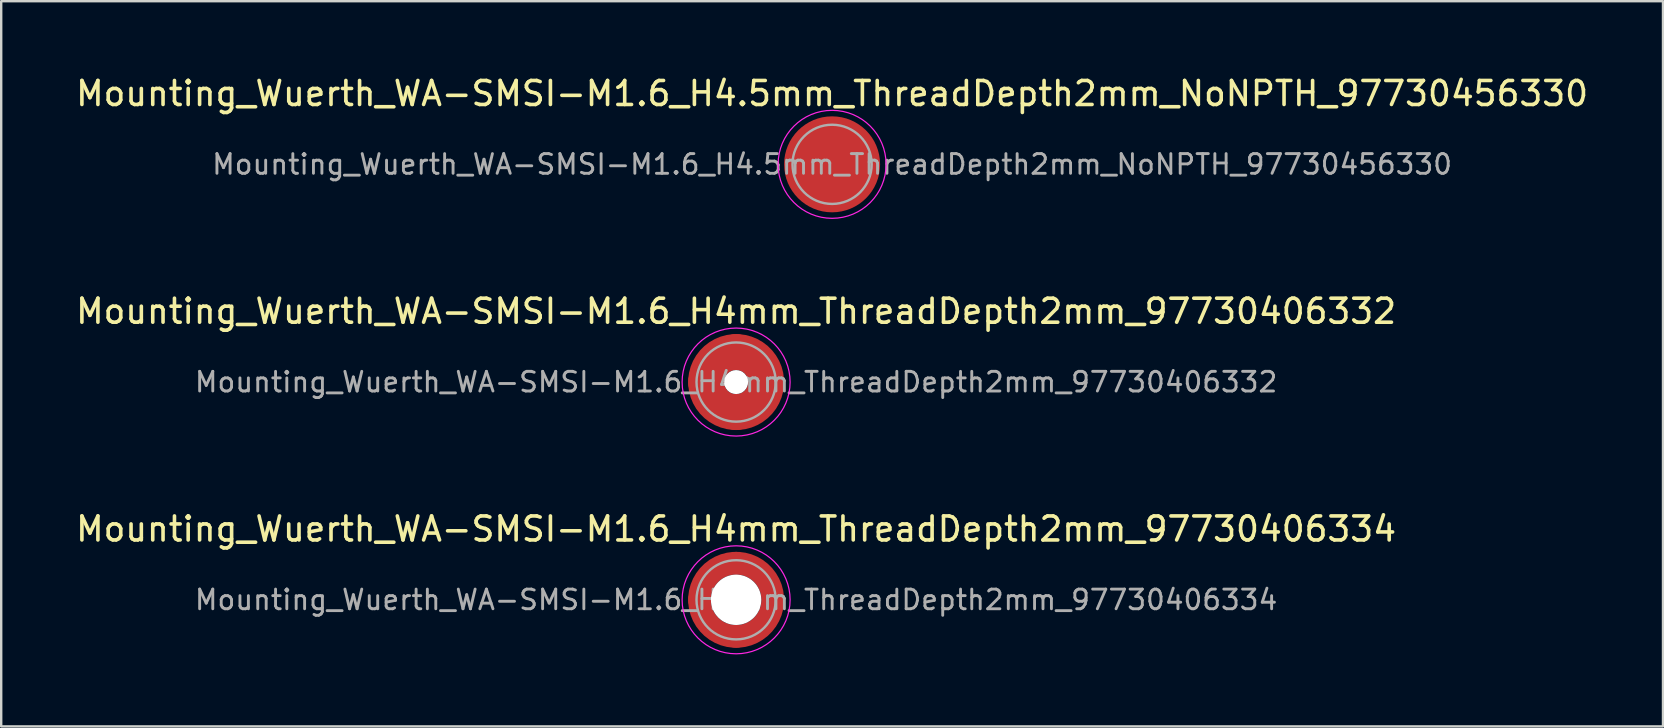
<source format=kicad_pcb>
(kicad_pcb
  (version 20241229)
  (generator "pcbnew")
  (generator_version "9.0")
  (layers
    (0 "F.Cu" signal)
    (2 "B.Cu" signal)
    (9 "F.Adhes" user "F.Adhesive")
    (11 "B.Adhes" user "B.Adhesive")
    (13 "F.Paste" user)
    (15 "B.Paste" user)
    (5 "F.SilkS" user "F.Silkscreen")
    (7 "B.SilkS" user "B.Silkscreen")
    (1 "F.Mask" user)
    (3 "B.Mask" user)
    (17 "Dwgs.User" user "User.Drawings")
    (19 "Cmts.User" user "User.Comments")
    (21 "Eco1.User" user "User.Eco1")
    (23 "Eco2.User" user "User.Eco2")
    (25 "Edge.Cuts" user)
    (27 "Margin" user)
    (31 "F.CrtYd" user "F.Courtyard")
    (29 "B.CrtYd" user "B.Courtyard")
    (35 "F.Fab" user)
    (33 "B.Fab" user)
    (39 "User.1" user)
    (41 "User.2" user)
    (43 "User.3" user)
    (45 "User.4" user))
  (footprint "Mounting_Wuerth_WA-SMSI-M1.6_H4mm_ThreadDepth2mm_97730406334"
    (layer "F.Cu")
    (at 27.625 21.945)
    (property "Reference" "Mounting_Wuerth_WA-SMSI-M1.6_H4mm_ThreadDepth2mm_97730406334" (at 0 -2.95 0) (layer "F.SilkS") (effects (font (size 1 1) (thickness 0.15))))
    (attr smd)
    (fp_circle (center 0 0) (end 2.25 0) (stroke (width 0.05) (type solid)) (fill no) (layer "F.CrtYd"))
    (fp_circle (center 0 0) (end 1.65 0) (stroke (width 0.1) (type solid)) (fill no) (layer "F.Fab"))
    (fp_text user "${REFERENCE}" (at 0 0 0) (layer "F.Fab") (effects (font (size 0.82 0.82) (thickness 0.12))))
    (pad "" smd custom (at -1.061 -1.061) (size 0.4 0.4) (layers "F.Paste") (options (anchor circle)) (primitives (gr_arc (start -0.101235 0.76066) (mid 0.212132 0.212132) (end 0.76066 -0.101235) (width 0.2)) (gr_arc (start -0.204251 0.76066) (mid 0.141421 0.141421) (end 0.76066 -0.204251) (width 0.2)) (gr_arc (start -0.306819 0.76066) (mid 0.070711 0.070711) (end 0.76066 -0.306819) (width 0.2)) (gr_arc (start -0.409034 0.76066) (mid 0 0) (end 0.76066 -0.409034) (width 0.2)) (gr_arc (start -0.510963 0.76066) (mid -0.070711 -0.070711) (end 0.76066 -0.510963) (width 0.2)) (gr_arc (start -0.61266 0.76066) (mid -0.141421 -0.141421) (end 0.76066 -0.61266) (width 0.2)) (gr_arc (start -0.714164 0.76066) (mid -0.212132 -0.212132) (end 0.76066 -0.714164) (width 0.2)) (gr_line (start 0.761 -0.101) (end 0.761 -0.714) (width 0.2)) (gr_line (start -0.101 0.761) (end -0.714 0.761) (width 0.2))))
    (pad "" smd custom (at -1.061 1.061) (size 0.4 0.4) (layers "F.Paste") (options (anchor circle)) (primitives (gr_arc (start 0.76066 0.101235) (mid 0.212132 -0.212132) (end -0.101235 -0.76066) (width 0.2)) (gr_arc (start 0.76066 0.204251) (mid 0.141421 -0.141421) (end -0.204251 -0.76066) (width 0.2)) (gr_arc (start 0.76066 0.306819) (mid 0.070711 -0.070711) (end -0.306819 -0.76066) (width 0.2)) (gr_arc (start 0.76066 0.409034) (mid 0 0) (end -0.409034 -0.76066) (width 0.2)) (gr_arc (start 0.76066 0.510963) (mid -0.070711 0.070711) (end -0.510963 -0.76066) (width 0.2)) (gr_arc (start 0.76066 0.61266) (mid -0.141421 0.141421) (end -0.61266 -0.76066) (width 0.2)) (gr_arc (start 0.76066 0.714164) (mid -0.212132 0.212132) (end -0.714164 -0.76066) (width 0.2)) (gr_line (start -0.101 -0.761) (end -0.714 -0.761) (width 0.2)) (gr_line (start 0.761 0.101) (end 0.761 0.714) (width 0.2))))
    (pad "" np_thru_hole circle (at 0 0) (size 2.1 2.1) (drill 2.1) (layers "*.Cu" "*.Mask"))
    (pad "" smd custom (at 1.061 -1.061) (size 0.4 0.4) (layers "F.Paste") (options (anchor circle)) (primitives (gr_arc (start -0.76066 -0.101235) (mid -0.212132 0.212132) (end 0.101235 0.76066) (width 0.2)) (gr_arc (start -0.76066 -0.204251) (mid -0.141421 0.141421) (end 0.204251 0.76066) (width 0.2)) (gr_arc (start -0.76066 -0.306819) (mid -0.070711 0.070711) (end 0.306819 0.76066) (width 0.2)) (gr_arc (start -0.76066 -0.409034) (mid 0 0) (end 0.409034 0.76066) (width 0.2)) (gr_arc (start -0.76066 -0.510963) (mid 0.070711 -0.070711) (end 0.510963 0.76066) (width 0.2)) (gr_arc (start -0.76066 -0.61266) (mid 0.141421 -0.141421) (end 0.61266 0.76066) (width 0.2)) (gr_arc (start -0.76066 -0.714164) (mid 0.212132 -0.212132) (end 0.714164 0.76066) (width 0.2)) (gr_line (start 0.101 0.761) (end 0.714 0.761) (width 0.2)) (gr_line (start -0.761 -0.101) (end -0.761 -0.714) (width 0.2))))
    (pad "" smd custom (at 1.061 1.061) (size 0.4 0.4) (layers "F.Paste") (options (anchor circle)) (primitives (gr_arc (start 0.101235 -0.76066) (mid -0.212132 -0.212132) (end -0.76066 0.101235) (width 0.2)) (gr_arc (start 0.204251 -0.76066) (mid -0.141421 -0.141421) (end -0.76066 0.204251) (width 0.2)) (gr_arc (start 0.306819 -0.76066) (mid -0.070711 -0.070711) (end -0.76066 0.306819) (width 0.2)) (gr_arc (start 0.409034 -0.76066) (mid 0 0) (end -0.76066 0.409034) (width 0.2)) (gr_arc (start 0.510963 -0.76066) (mid 0.070711 0.070711) (end -0.76066 0.510963) (width 0.2)) (gr_arc (start 0.61266 -0.76066) (mid 0.141421 0.141421) (end -0.76066 0.61266) (width 0.2)) (gr_arc (start 0.714164 -0.76066) (mid 0.212132 0.212132) (end -0.76066 0.714164) (width 0.2)) (gr_line (start -0.761 0.101) (end -0.761 0.714) (width 0.2)) (gr_line (start 0.101 -0.761) (end 0.714 -0.761) (width 0.2))))
    (pad "1" smd circle (at -1.525 0) (size 0.95 0.95) (layers "F.Cu"))
    (pad "1" smd circle (at 0 -1.525) (size 0.95 0.95) (layers "F.Cu"))
    (pad "1" smd circle (at 0 1.525) (size 0.95 0.95) (layers "F.Cu"))
    (pad "1" smd custom (at 1.525 0) (size 0.95 0.95) (layers "F.Cu" "F.Mask") (options (anchor circle)) (primitives (gr_circle (center -1.525 0) (end 0 0) (width 0.95) (fill no)))))
  (footprint "Mounting_Wuerth_WA-SMSI-M1.6_H4mm_ThreadDepth2mm_97730406332"
    (layer "F.Cu")
    (at 27.625 12.871)
    (property "Reference" "Mounting_Wuerth_WA-SMSI-M1.6_H4mm_ThreadDepth2mm_97730406332" (at 0 -2.95 0) (layer "F.SilkS") (effects (font (size 1 1) (thickness 0.15))))
    (attr smd)
    (fp_circle (center 0 0) (end 2.25 0) (stroke (width 0.05) (type solid)) (fill no) (layer "F.CrtYd"))
    (fp_circle (center 0 0) (end 1.65 0) (stroke (width 0.1) (type solid)) (fill no) (layer "F.Fab"))
    (fp_text user "${REFERENCE}" (at 0 0 0) (layer "F.Fab") (effects (font (size 0.82 0.82) (thickness 0.12))))
    (pad "" smd custom (at 0 -1.25) (size 1.3 1.3) (layers "F.Paste") (options (anchor circle)) (primitives (gr_arc (start -0.259808 0.6) (mid 0 0.55) (end 0.259807 0.6) (width 0.2)) (gr_arc (start -0.466369 0.6) (mid 0 0.45) (end 0.466369 0.6) (width 0.2)) (gr_arc (start -0.622495 0.6) (mid 0 0.35) (end 0.622495 0.6) (width 0.2)) (gr_arc (start -0.759934 0.6) (mid 0 0.25) (end 0.759934 0.6) (width 0.2)) (gr_arc (start -0.887412 0.6) (mid 0 0.15) (end 0.887412 0.6) (width 0.2)) (gr_arc (start -1.008712 0.6) (mid 0 0.05) (end 1.008712 0.6) (width 0.2)) (gr_arc (start -1.125833 0.6) (mid 0 -0.05) (end 1.125833 0.6) (width 0.2)) (gr_arc (start -1.23996 0.6) (mid 0 -0.15) (end 1.23996 0.6) (width 0.2)) (gr_arc (start -1.351851 0.6) (mid 0 -0.25) (end 1.351851 0.6) (width 0.2)) (gr_arc (start -1.462019 0.6) (mid 0 -0.35) (end 1.462019 0.6) (width 0.2)) (gr_arc (start -1.570828 0.6) (mid 0 -0.45) (end 1.570828 0.6) (width 0.2)) (gr_arc (start -1.678541 0.6) (mid 0 -0.55) (end 1.678541 0.6) (width 0.2)) (gr_line (start 0.26 0.6) (end 1.679 0.6) (width 0.2)) (gr_line (start -0.26 0.6) (end -1.679 0.6) (width 0.2))))
    (pad "" np_thru_hole circle (at 0 0) (size 1 1) (drill 1) (layers "*.Cu" "*.Mask"))
    (pad "" smd custom (at 0 1.25) (size 1.3 1.3) (layers "F.Paste") (options (anchor circle)) (primitives (gr_arc (start 0.259808 -0.6) (mid 0 -0.55) (end -0.259807 -0.6) (width 0.2)) (gr_arc (start 0.466369 -0.6) (mid 0 -0.45) (end -0.466369 -0.6) (width 0.2)) (gr_arc (start 0.622495 -0.6) (mid 0 -0.35) (end -0.622495 -0.6) (width 0.2)) (gr_arc (start 0.759934 -0.6) (mid 0 -0.25) (end -0.759934 -0.6) (width 0.2)) (gr_arc (start 0.887412 -0.6) (mid 0 -0.15) (end -0.887412 -0.6) (width 0.2)) (gr_arc (start 1.008712 -0.6) (mid 0 -0.05) (end -1.008712 -0.6) (width 0.2)) (gr_arc (start 1.125833 -0.6) (mid 0 0.05) (end -1.125833 -0.6) (width 0.2)) (gr_arc (start 1.23996 -0.6) (mid 0 0.15) (end -1.23996 -0.6) (width 0.2)) (gr_arc (start 1.351851 -0.6) (mid 0 0.25) (end -1.351851 -0.6) (width 0.2)) (gr_arc (start 1.462019 -0.6) (mid 0 0.35) (end -1.462019 -0.6) (width 0.2)) (gr_arc (start 1.570828 -0.6) (mid 0 0.45) (end -1.570828 -0.6) (width 0.2)) (gr_arc (start 1.678541 -0.6) (mid 0 0.55) (end -1.678541 -0.6) (width 0.2)) (gr_line (start -0.26 -0.6) (end -1.679 -0.6) (width 0.2)) (gr_line (start 0.26 -0.6) (end 1.679 -0.6) (width 0.2))))
    (pad "1" smd circle (at -1.25 0) (size 1.5 1.5) (layers "F.Cu"))
    (pad "1" smd circle (at 0 -1.25) (size 1.5 1.5) (layers "F.Cu"))
    (pad "1" smd circle (at 0 1.25) (size 1.5 1.5) (layers "F.Cu"))
    (pad "1" smd custom (at 1.25 0) (size 1.5 1.5) (layers "F.Cu" "F.Mask") (options (anchor circle)) (primitives (gr_circle (center -1.25 0) (end 0 0) (width 1.5) (fill no)))))
  (footprint "Mounting_Wuerth_WA-SMSI-M1.6_H4.5mm_ThreadDepth2mm_NoNPTH_97730456330"
    (layer "F.Cu")
    (at 31.625 3.798)
    (property "Reference" "Mounting_Wuerth_WA-SMSI-M1.6_H4.5mm_ThreadDepth2mm_NoNPTH_97730456330" (at 0 -2.95 0) (layer "F.SilkS") (effects (font (size 1 1) (thickness 0.15))))
    (attr smd)
    (fp_circle (center 0 0) (end 2.25 0) (stroke (width 0.05) (type solid)) (fill no) (layer "F.CrtYd"))
    (fp_circle (center 0 0) (end 1.65 0) (stroke (width 0.1) (type solid)) (fill no) (layer "F.Fab"))
    (fp_text user "${REFERENCE}" (at 0 0 0) (layer "F.Fab") (effects (font (size 0.82 0.82) (thickness 0.12))))
    (pad "" smd custom (at -0.778 -0.778) (size 0.8 0.8) (layers "F.Paste") (options (anchor circle)) (primitives (gr_arc (start 0.465568 0.527817) (mid 0.494975 0.494974) (end 0.527818 0.465567) (width 0.2)) (gr_arc (start 0.344805 0.527817) (mid 0.424264 0.424264) (end 0.527818 0.344805) (width 0.2)) (gr_arc (start 0.232382 0.527817) (mid 0.353553 0.353553) (end 0.527817 0.232382) (width 0.2)) (gr_arc (start 0.123983 0.527817) (mid 0.282843 0.282842) (end 0.527818 0.123983) (width 0.2)) (gr_arc (start 0.017883 0.527817) (mid 0.212132 0.212132) (end 0.527817 0.017883) (width 0.2)) (gr_arc (start -0.086763 0.527817) (mid 0.141421 0.141421) (end 0.527817 -0.086763) (width 0.2)) (gr_arc (start -0.190428 0.527817) (mid 0.070711 0.070711) (end 0.527817 -0.190428) (width 0.2)) (gr_arc (start -0.293397 0.527817) (mid 0 0) (end 0.527817 -0.293397) (width 0.2)) (gr_arc (start -0.395852 0.527817) (mid -0.070711 -0.070711) (end 0.527817 -0.395852) (width 0.2)) (gr_arc (start -0.497918 0.527817) (mid -0.141422 -0.141422) (end 0.527817 -0.497918) (width 0.2)) (gr_arc (start -0.59968 0.527817) (mid -0.212132 -0.212132) (end 0.527817 -0.59968) (width 0.2)) (gr_arc (start -0.701202 0.527817) (mid -0.282843 -0.282843) (end 0.527817 -0.701202) (width 0.2)) (gr_arc (start -0.802531 0.527817) (mid -0.353554 -0.353554) (end 0.527817 -0.802531) (width 0.2)) (gr_arc (start -0.9037 0.527817) (mid -0.424264 -0.424264) (end 0.527817 -0.9037) (width 0.2)) (gr_arc (start -1.004737 0.527817) (mid -0.494975 -0.494975) (end 0.527817 -1.004737) (width 0.2)) (gr_line (start 0.528 0.466) (end 0.528 -1.005) (width 0.2)) (gr_line (start 0.466 0.528) (end -1.005 0.528) (width 0.2))))
    (pad "" smd custom (at -0.778 0.778) (size 0.8 0.8) (layers "F.Paste") (options (anchor circle)) (primitives (gr_arc (start 0.527817 -0.465568) (mid 0.494974 -0.494975) (end 0.465567 -0.527818) (width 0.2)) (gr_arc (start 0.527817 -0.344805) (mid 0.424264 -0.424264) (end 0.344805 -0.527818) (width 0.2)) (gr_arc (start 0.527817 -0.232382) (mid 0.353553 -0.353553) (end 0.232382 -0.527817) (width 0.2)) (gr_arc (start 0.527817 -0.123983) (mid 0.282842 -0.282843) (end 0.123983 -0.527818) (width 0.2)) (gr_arc (start 0.527817 -0.017883) (mid 0.212132 -0.212132) (end 0.017883 -0.527817) (width 0.2)) (gr_arc (start 0.527817 0.086763) (mid 0.141421 -0.141421) (end -0.086763 -0.527817) (width 0.2)) (gr_arc (start 0.527817 0.190428) (mid 0.070711 -0.070711) (end -0.190428 -0.527817) (width 0.2)) (gr_arc (start 0.527817 0.293397) (mid 0 0) (end -0.293397 -0.527817) (width 0.2)) (gr_arc (start 0.527817 0.395852) (mid -0.070711 0.070711) (end -0.395852 -0.527817) (width 0.2)) (gr_arc (start 0.527817 0.497918) (mid -0.141422 0.141422) (end -0.497918 -0.527817) (width 0.2)) (gr_arc (start 0.527817 0.59968) (mid -0.212132 0.212132) (end -0.59968 -0.527817) (width 0.2)) (gr_arc (start 0.527817 0.701202) (mid -0.282843 0.282843) (end -0.701202 -0.527817) (width 0.2)) (gr_arc (start 0.527817 0.802531) (mid -0.353554 0.353554) (end -0.802531 -0.527817) (width 0.2)) (gr_arc (start 0.527817 0.9037) (mid -0.424264 0.424264) (end -0.9037 -0.527817) (width 0.2)) (gr_arc (start 0.527817 1.004737) (mid -0.494975 0.494975) (end -1.004737 -0.527817) (width 0.2)) (gr_line (start 0.466 -0.528) (end -1.005 -0.528) (width 0.2)) (gr_line (start 0.528 -0.466) (end 0.528 1.005) (width 0.2))))
    (pad "" smd custom (at 0.778 -0.778) (size 0.8 0.8) (layers "F.Paste") (options (anchor circle)) (primitives (gr_arc (start -0.527817 0.465568) (mid -0.494974 0.494975) (end -0.465567 0.527818) (width 0.2)) (gr_arc (start -0.527817 0.344805) (mid -0.424264 0.424264) (end -0.344805 0.527818) (width 0.2)) (gr_arc (start -0.527817 0.232382) (mid -0.353553 0.353553) (end -0.232382 0.527817) (width 0.2)) (gr_arc (start -0.527817 0.123983) (mid -0.282842 0.282843) (end -0.123983 0.527818) (width 0.2)) (gr_arc (start -0.527817 0.017883) (mid -0.212132 0.212132) (end -0.017883 0.527817) (width 0.2)) (gr_arc (start -0.527817 -0.086763) (mid -0.141421 0.141421) (end 0.086763 0.527817) (width 0.2)) (gr_arc (start -0.527817 -0.190428) (mid -0.070711 0.070711) (end 0.190428 0.527817) (width 0.2)) (gr_arc (start -0.527817 -0.293397) (mid 0 0) (end 0.293397 0.527817) (width 0.2)) (gr_arc (start -0.527817 -0.395852) (mid 0.070711 -0.070711) (end 0.395852 0.527817) (width 0.2)) (gr_arc (start -0.527817 -0.497918) (mid 0.141422 -0.141422) (end 0.497918 0.527817) (width 0.2)) (gr_arc (start -0.527817 -0.59968) (mid 0.212132 -0.212132) (end 0.59968 0.527817) (width 0.2)) (gr_arc (start -0.527817 -0.701202) (mid 0.282843 -0.282843) (end 0.701202 0.527817) (width 0.2)) (gr_arc (start -0.527817 -0.802531) (mid 0.353554 -0.353554) (end 0.802531 0.527817) (width 0.2)) (gr_arc (start -0.527817 -0.9037) (mid 0.424264 -0.424264) (end 0.9037 0.527817) (width 0.2)) (gr_arc (start -0.527817 -1.004737) (mid 0.494975 -0.494975) (end 1.004737 0.527817) (width 0.2)) (gr_line (start -0.466 0.528) (end 1.005 0.528) (width 0.2)) (gr_line (start -0.528 0.466) (end -0.528 -1.005) (width 0.2))))
    (pad "" smd custom (at 0.778 0.778) (size 0.8 0.8) (layers "F.Paste") (options (anchor circle)) (primitives (gr_arc (start -0.465568 -0.527817) (mid -0.494975 -0.494974) (end -0.527818 -0.465567) (width 0.2)) (gr_arc (start -0.344805 -0.527817) (mid -0.424264 -0.424264) (end -0.527818 -0.344805) (width 0.2)) (gr_arc (start -0.232382 -0.527817) (mid -0.353553 -0.353553) (end -0.527817 -0.232382) (width 0.2)) (gr_arc (start -0.123983 -0.527817) (mid -0.282843 -0.282842) (end -0.527818 -0.123983) (width 0.2)) (gr_arc (start -0.017883 -0.527817) (mid -0.212132 -0.212132) (end -0.527817 -0.017883) (width 0.2)) (gr_arc (start 0.086763 -0.527817) (mid -0.141421 -0.141421) (end -0.527817 0.086763) (width 0.2)) (gr_arc (start 0.190428 -0.527817) (mid -0.070711 -0.070711) (end -0.527817 0.190428) (width 0.2)) (gr_arc (start 0.293397 -0.527817) (mid 0 0) (end -0.527817 0.293397) (width 0.2)) (gr_arc (start 0.395852 -0.527817) (mid 0.070711 0.070711) (end -0.527817 0.395852) (width 0.2)) (gr_arc (start 0.497918 -0.527817) (mid 0.141422 0.141422) (end -0.527817 0.497918) (width 0.2)) (gr_arc (start 0.59968 -0.527817) (mid 0.212132 0.212132) (end -0.527817 0.59968) (width 0.2)) (gr_arc (start 0.701202 -0.527817) (mid 0.282843 0.282843) (end -0.527817 0.701202) (width 0.2)) (gr_arc (start 0.802531 -0.527817) (mid 0.353554 0.353554) (end -0.527817 0.802531) (width 0.2)) (gr_arc (start 0.9037 -0.527817) (mid 0.424264 0.424264) (end -0.527817 0.9037) (width 0.2)) (gr_arc (start 1.004737 -0.527817) (mid 0.494975 0.494975) (end -0.527817 1.004737) (width 0.2)) (gr_line (start -0.528 -0.466) (end -0.528 1.005) (width 0.2)) (gr_line (start -0.466 -0.528) (end 1.005 -0.528) (width 0.2))))
    (pad "1" smd circle (at 0 0) (size 4 4) (layers "F.Cu" "F.Mask")))
  (gr_rect
    (start -3 -3)
    (end 66.25 27.22)
    (stroke (width 0.1) (type default))
    (fill no)
    (layer "Edge.Cuts")))
</source>
